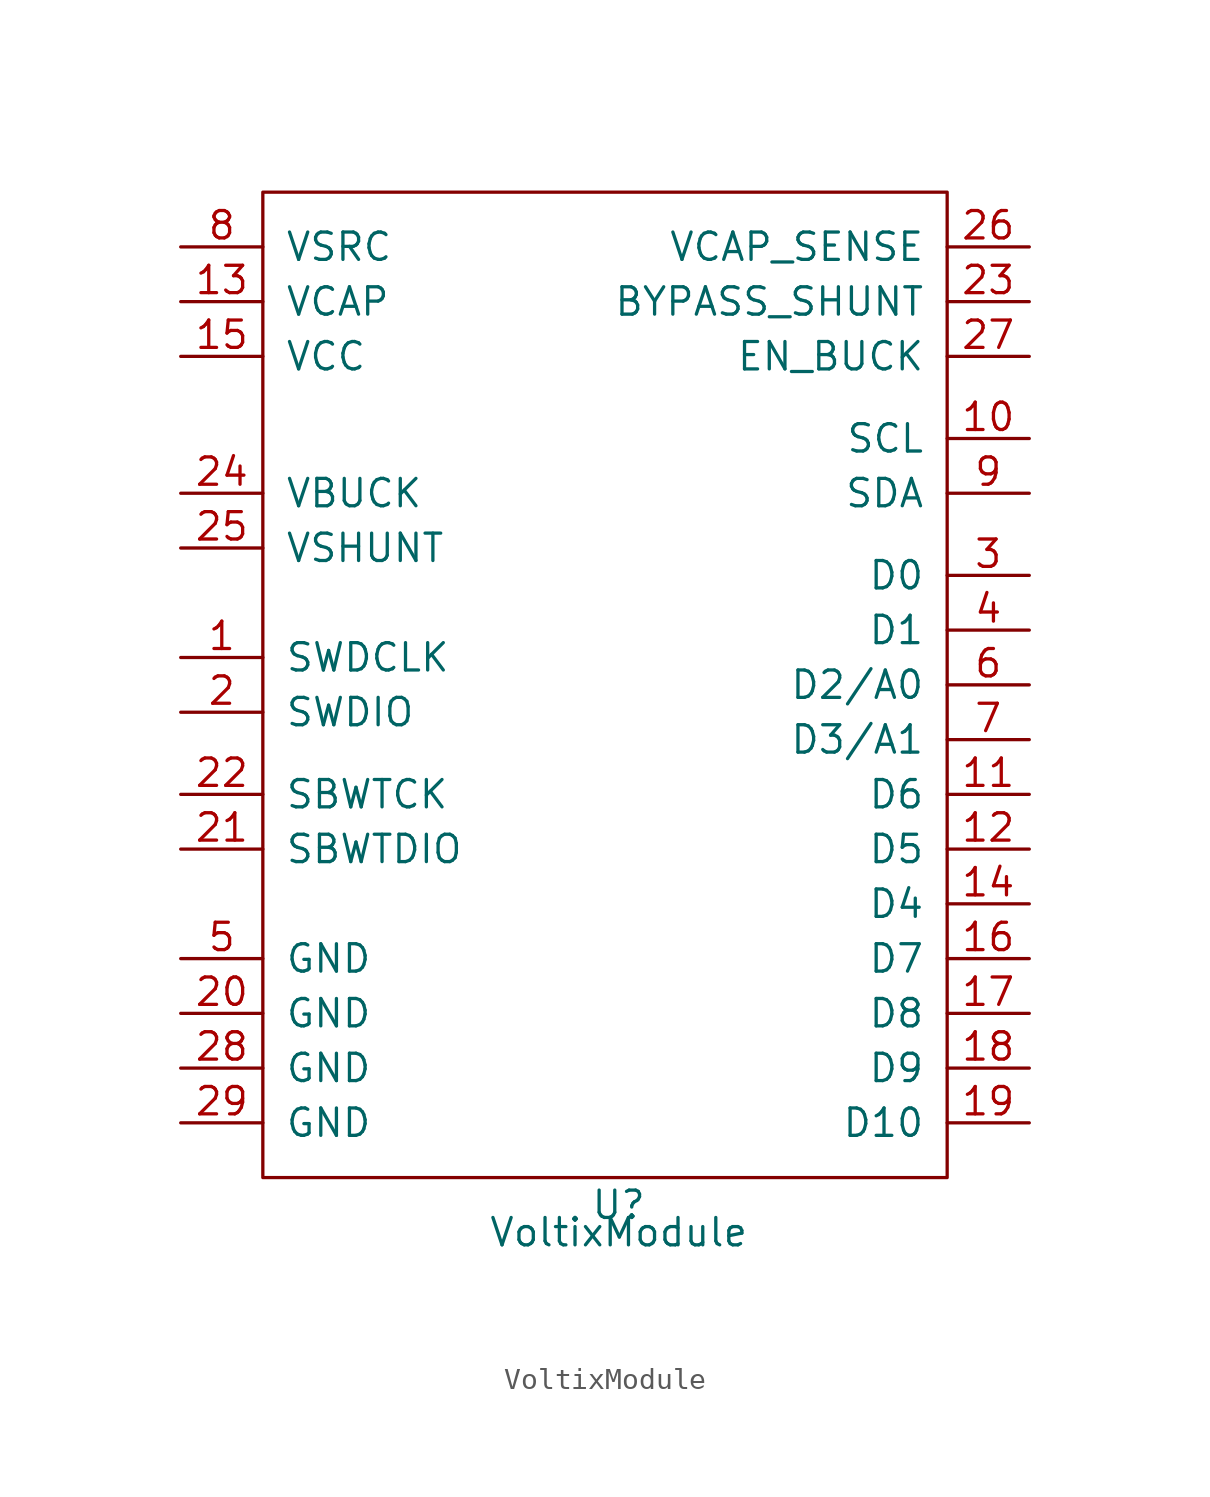
<source format=kicad_sym>
(kicad_symbol_lib
  (version 20211014)
  (generator kicad_symbol_editor)
  (symbol "VoltixModule"
    (pin_names
      (offset 1.016))
    (property "Reference" "U"
      (at 0 -16.51 0)
      (effects (font (size 1.27 1.27))))
    (property "Value" "VoltixModule"
      (at 0 -17.78 0)
      (effects (font (size 1.27 1.27))))
    (symbol "VoltixModule_0_1"
      (polyline (pts (xy -16.51 30.48) (xy 15.24 30.48) (xy 15.24 -15.24) (xy -16.51 -15.24) (xy -16.51 30.48)) (stroke (width 0) (type default) (color 0 0 0 0)) (fill (type none))))
    (symbol "VoltixModule_1_1"
      (pin input line (at -20.32 8.89 0) (length 3.81) (name "SWDCLK" (effects (font (size 1.27 1.27)))) (number "1" (effects (font (size 1.27 1.27)))))
      (pin output line (at 19.05 19.05 180) (length 3.81) (name "SCL" (effects (font (size 1.27 1.27)))) (number "10" (effects (font (size 1.27 1.27)))))
      (pin bidirectional line (at 19.05 2.54 180) (length 3.81) (name "D6" (effects (font (size 1.27 1.27)))) (number "11" (effects (font (size 1.27 1.27)))))
      (pin bidirectional line (at 19.05 0 180) (length 3.81) (name "D5" (effects (font (size 1.27 1.27)))) (number "12" (effects (font (size 1.27 1.27)))))
      (pin passive line (at -20.32 25.4 0) (length 3.81) (name "VCAP" (effects (font (size 1.27 1.27)))) (number "13" (effects (font (size 1.27 1.27)))))
      (pin bidirectional line (at 19.05 -2.54 180) (length 3.81) (name "D4" (effects (font (size 1.27 1.27)))) (number "14" (effects (font (size 1.27 1.27)))))
      (pin power_out line (at -20.32 22.86 0) (length 3.81) (name "VCC" (effects (font (size 1.27 1.27)))) (number "15" (effects (font (size 1.27 1.27)))))
      (pin bidirectional line (at 19.05 -5.08 180) (length 3.81) (name "D7" (effects (font (size 1.27 1.27)))) (number "16" (effects (font (size 1.27 1.27)))))
      (pin bidirectional line (at 19.05 -7.62 180) (length 3.81) (name "D8" (effects (font (size 1.27 1.27)))) (number "17" (effects (font (size 1.27 1.27)))))
      (pin bidirectional line (at 19.05 -10.16 180) (length 3.81) (name "D9" (effects (font (size 1.27 1.27)))) (number "18" (effects (font (size 1.27 1.27)))))
      (pin bidirectional line (at 19.05 -12.7 180) (length 3.81) (name "D10" (effects (font (size 1.27 1.27)))) (number "19" (effects (font (size 1.27 1.27)))))
      (pin bidirectional line (at -20.32 6.35 0) (length 3.81) (name "SWDIO" (effects (font (size 1.27 1.27)))) (number "2" (effects (font (size 1.27 1.27)))))
      (pin power_in line (at -20.32 -7.62 0) (length 3.81) (name "GND" (effects (font (size 1.27 1.27)))) (number "20" (effects (font (size 1.27 1.27)))))
      (pin bidirectional line (at -20.32 0 0) (length 3.81) (name "SBWTDIO" (effects (font (size 1.27 1.27)))) (number "21" (effects (font (size 1.27 1.27)))))
      (pin input line (at -20.32 2.54 0) (length 3.81) (name "SBWTCK" (effects (font (size 1.27 1.27)))) (number "22" (effects (font (size 1.27 1.27)))))
      (pin input line (at 19.05 25.4 180) (length 3.81) (name "BYPASS_SHUNT" (effects (font (size 1.27 1.27)))) (number "23" (effects (font (size 1.27 1.27)))))
      (pin passive line (at -20.32 16.51 0) (length 3.81) (name "VBUCK" (effects (font (size 1.27 1.27)))) (number "24" (effects (font (size 1.27 1.27)))))
      (pin passive line (at -20.32 13.97 0) (length 3.81) (name "VSHUNT" (effects (font (size 1.27 1.27)))) (number "25" (effects (font (size 1.27 1.27)))))
      (pin output line (at 19.05 27.94 180) (length 3.81) (name "VCAP_SENSE" (effects (font (size 1.27 1.27)))) (number "26" (effects (font (size 1.27 1.27)))))
      (pin input line (at 19.05 22.86 180) (length 3.81) (name "EN_BUCK" (effects (font (size 1.27 1.27)))) (number "27" (effects (font (size 1.27 1.27)))))
      (pin power_in line (at -20.32 -10.16 0) (length 3.81) (name "GND" (effects (font (size 1.27 1.27)))) (number "28" (effects (font (size 1.27 1.27)))))
      (pin power_in line (at -20.32 -12.7 0) (length 3.81) (name "GND" (effects (font (size 1.27 1.27)))) (number "29" (effects (font (size 1.27 1.27)))))
      (pin bidirectional line (at 19.05 12.7 180) (length 3.81) (name "D0" (effects (font (size 1.27 1.27)))) (number "3" (effects (font (size 1.27 1.27)))))
      (pin bidirectional line (at 19.05 10.16 180) (length 3.81) (name "D1" (effects (font (size 1.27 1.27)))) (number "4" (effects (font (size 1.27 1.27)))))
      (pin power_in line (at -20.32 -5.08 0) (length 3.81) (name "GND" (effects (font (size 1.27 1.27)))) (number "5" (effects (font (size 1.27 1.27)))))
      (pin bidirectional line (at 19.05 7.62 180) (length 3.81) (name "D2/A0" (effects (font (size 1.27 1.27)))) (number "6" (effects (font (size 1.27 1.27)))))
      (pin bidirectional line (at 19.05 5.08 180) (length 3.81) (name "D3/A1" (effects (font (size 1.27 1.27)))) (number "7" (effects (font (size 1.27 1.27)))))
      (pin power_in line (at -20.32 27.94 0) (length 3.81) (name "VSRC" (effects (font (size 1.27 1.27)))) (number "8" (effects (font (size 1.27 1.27)))))
      (pin bidirectional line (at 19.05 16.51 180) (length 3.81) (name "SDA" (effects (font (size 1.27 1.27)))) (number "9" (effects (font (size 1.27 1.27))))))))
</source>
